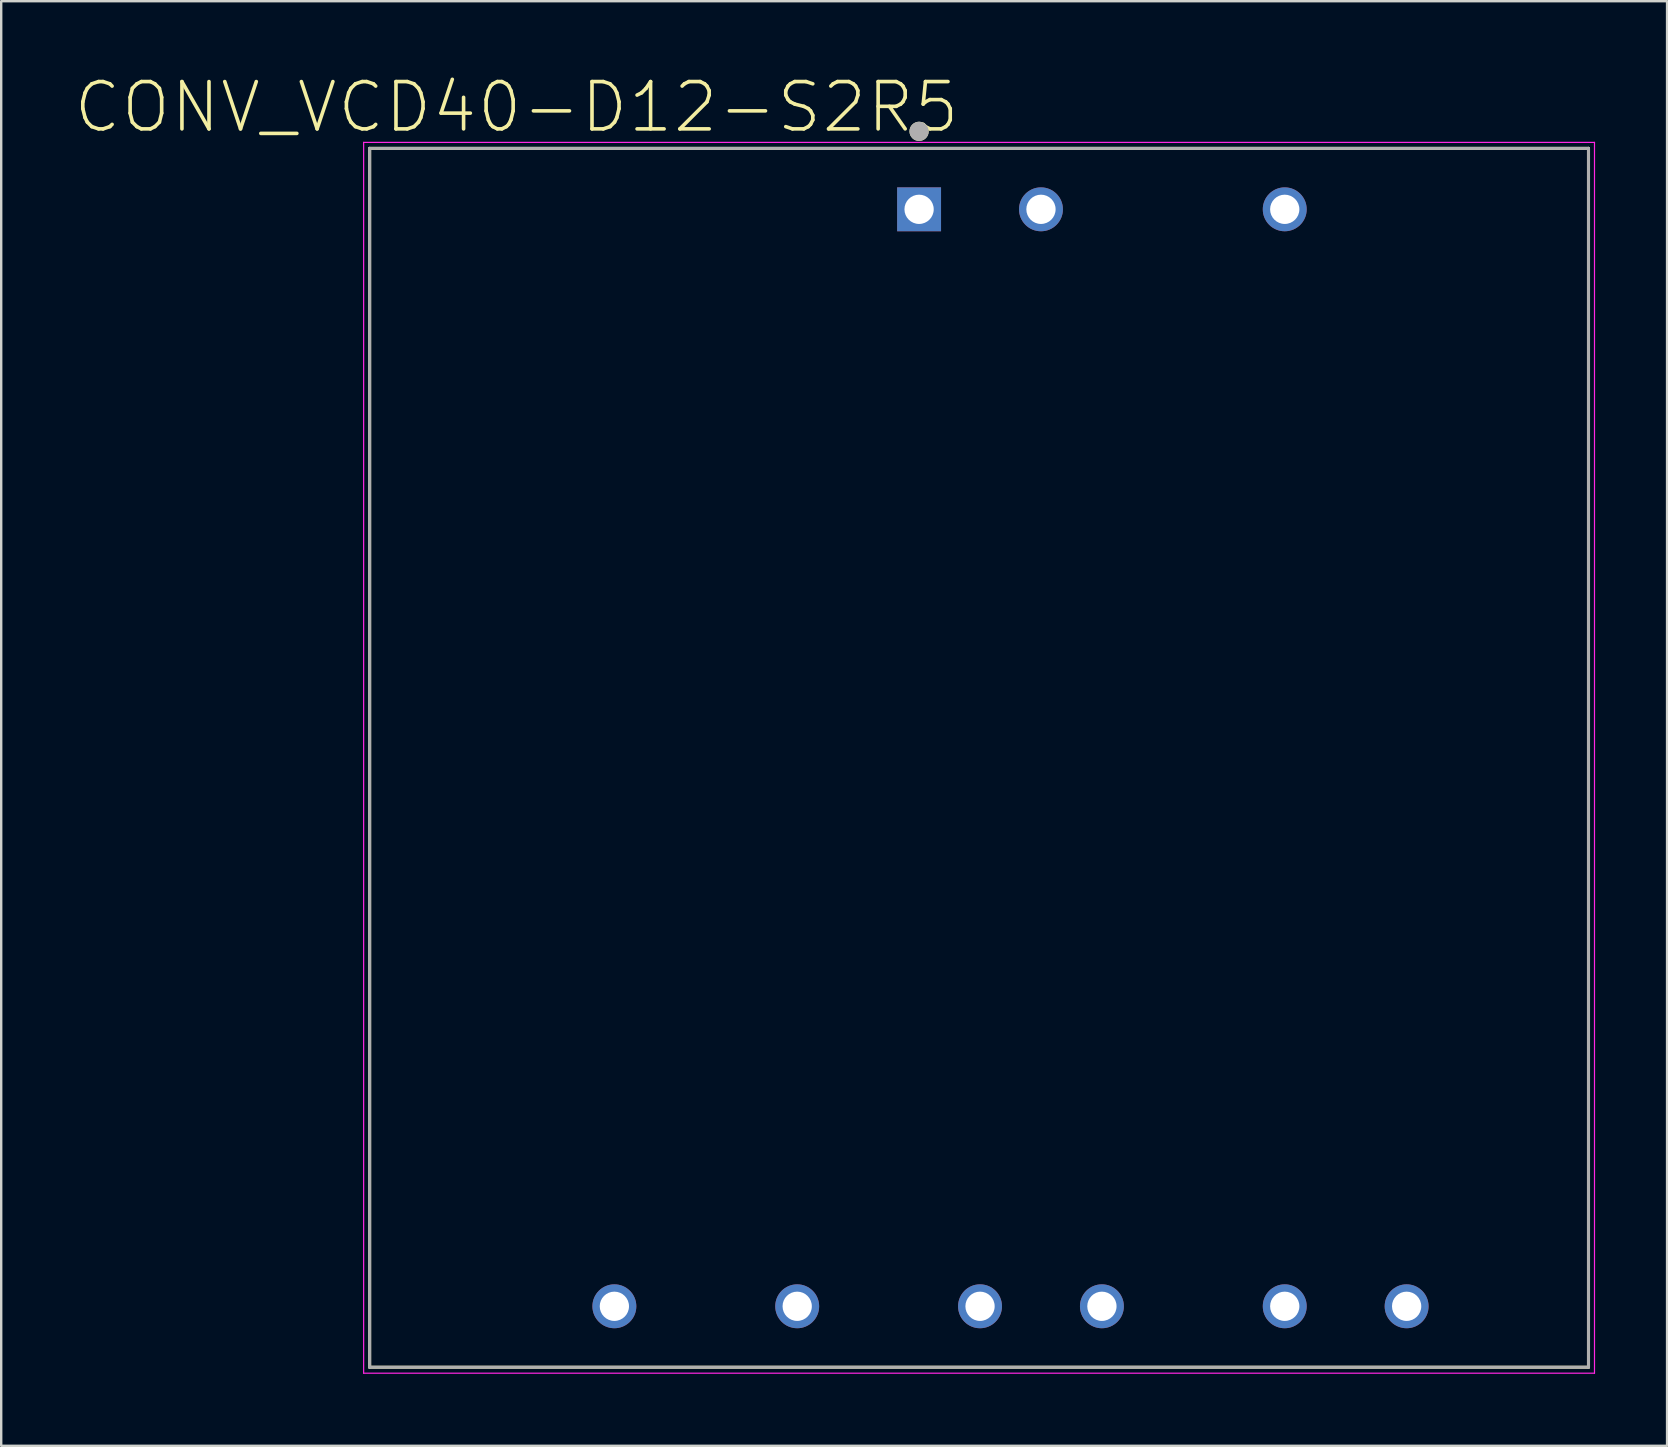
<source format=kicad_pcb>
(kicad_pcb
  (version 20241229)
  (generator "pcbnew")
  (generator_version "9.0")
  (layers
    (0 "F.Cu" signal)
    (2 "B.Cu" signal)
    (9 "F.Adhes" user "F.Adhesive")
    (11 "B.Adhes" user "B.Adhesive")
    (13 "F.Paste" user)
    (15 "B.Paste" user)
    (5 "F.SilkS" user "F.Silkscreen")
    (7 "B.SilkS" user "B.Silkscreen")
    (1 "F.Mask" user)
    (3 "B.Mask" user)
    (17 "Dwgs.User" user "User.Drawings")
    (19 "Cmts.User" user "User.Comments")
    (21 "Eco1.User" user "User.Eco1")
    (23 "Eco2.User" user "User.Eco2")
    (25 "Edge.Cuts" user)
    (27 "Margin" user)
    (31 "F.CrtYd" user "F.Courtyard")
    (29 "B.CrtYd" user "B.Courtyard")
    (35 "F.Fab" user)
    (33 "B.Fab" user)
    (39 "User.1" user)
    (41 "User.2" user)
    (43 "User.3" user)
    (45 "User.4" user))
  (footprint "CONV_VCD40-D12-S2R5"
    (layer "F.Cu")
    (at 35.256 5.674)
    (property "Reference" "CONV_VCD40-D12-S2R5" (at -16.778 -4.257 0) (layer "F.SilkS") (effects (font (size 1.972 1.972) (thickness 0.15))))
    (attr through_hole)
    (fp_line (start -22.9 -2.54) (end 27.9 -2.54) (stroke (width 0.127) (type solid)) (layer "F.SilkS"))
    (fp_line (start -22.9 48.26) (end -22.9 -2.54) (stroke (width 0.127) (type solid)) (layer "F.SilkS"))
    (fp_line (start 27.9 -2.54) (end 27.9 48.26) (stroke (width 0.127) (type solid)) (layer "F.SilkS"))
    (fp_line (start 27.9 48.26) (end -22.9 48.26) (stroke (width 0.127) (type solid)) (layer "F.SilkS"))
    (fp_circle (center 0 -3.25) (end 0.2 -3.25) (stroke (width 0.4) (type solid)) (fill no) (layer "F.SilkS"))
    (fp_line (start -23.15 -2.79) (end 28.15 -2.79) (stroke (width 0.05) (type solid)) (layer "F.CrtYd"))
    (fp_line (start -23.15 48.51) (end -23.15 -2.79) (stroke (width 0.05) (type solid)) (layer "F.CrtYd"))
    (fp_line (start 28.15 -2.79) (end 28.15 48.51) (stroke (width 0.05) (type solid)) (layer "F.CrtYd"))
    (fp_line (start 28.15 48.51) (end -23.15 48.51) (stroke (width 0.05) (type solid)) (layer "F.CrtYd"))
    (fp_line (start -22.9 -2.54) (end 27.9 -2.54) (stroke (width 0.127) (type solid)) (layer "F.Fab"))
    (fp_line (start -22.9 48.26) (end -22.9 -2.54) (stroke (width 0.127) (type solid)) (layer "F.Fab"))
    (fp_line (start 27.9 -2.54) (end 27.9 48.26) (stroke (width 0.127) (type solid)) (layer "F.Fab"))
    (fp_line (start 27.9 48.26) (end -22.9 48.26) (stroke (width 0.127) (type solid)) (layer "F.Fab"))
    (fp_circle (center 0 -3.25) (end 0.2 -3.25) (stroke (width 0.4) (type solid)) (fill no) (layer "F.Fab"))
    (pad "1" thru_hole rect (at 0 0) (size 1.83 1.83) (drill 1.22) (layers "*.Cu" "*.Mask"))
    (pad "2" thru_hole circle (at 5.08 0) (size 1.83 1.83) (drill 1.22) (layers "*.Cu" "*.Mask"))
    (pad "3" thru_hole circle (at 15.24 0) (size 1.83 1.83) (drill 1.22) (layers "*.Cu" "*.Mask"))
    (pad "4" thru_hole circle (at -12.7 45.72) (size 1.83 1.83) (drill 1.22) (layers "*.Cu" "*.Mask"))
    (pad "5" thru_hole circle (at -5.08 45.72) (size 1.83 1.83) (drill 1.22) (layers "*.Cu" "*.Mask"))
    (pad "6" thru_hole circle (at 2.54 45.72) (size 1.83 1.83) (drill 1.22) (layers "*.Cu" "*.Mask"))
    (pad "7" thru_hole circle (at 7.62 45.72) (size 1.83 1.83) (drill 1.22) (layers "*.Cu" "*.Mask"))
    (pad "8" thru_hole circle (at 15.24 45.72) (size 1.83 1.83) (drill 1.22) (layers "*.Cu" "*.Mask"))
    (pad "9" thru_hole circle (at 20.32 45.72) (size 1.83 1.83) (drill 1.22) (layers "*.Cu" "*.Mask")))
  (gr_rect
    (start -3 -3)
    (end 66.431 57.209)
    (stroke (width 0.1) (type default))
    (fill no)
    (layer "Edge.Cuts")))
</source>
